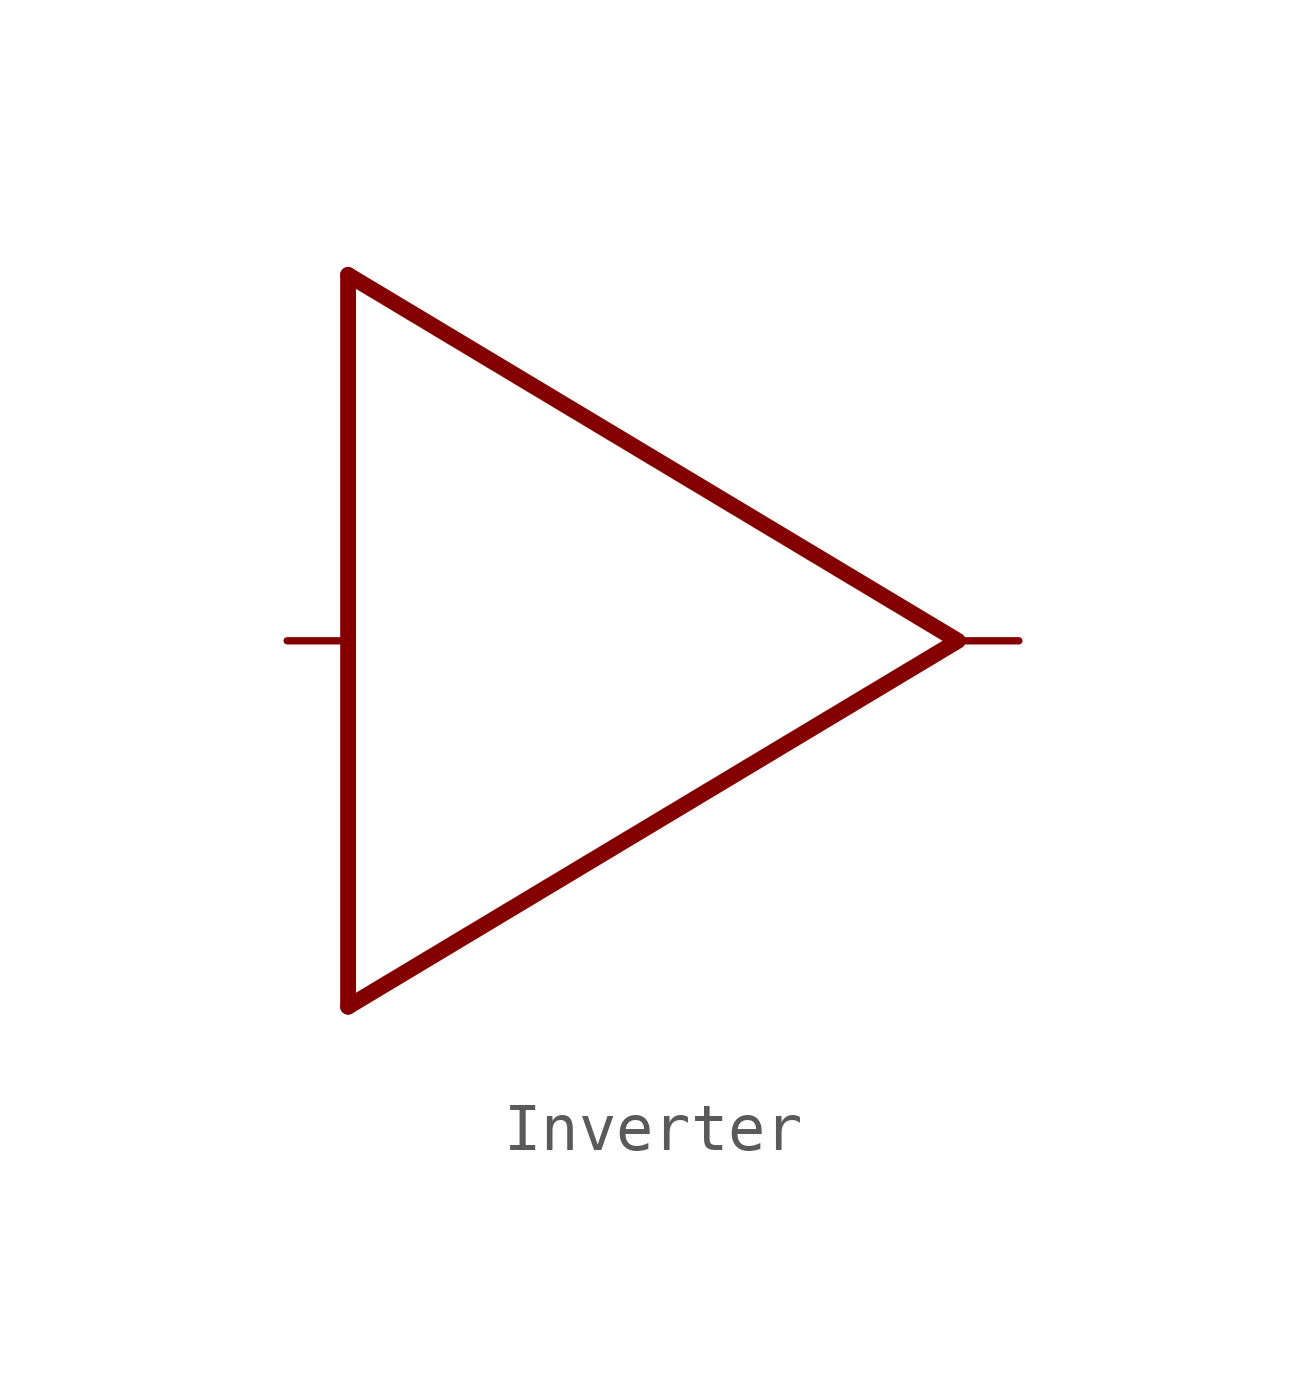
<source format=kicad_sym>
(kicad_symbol_lib
  (version 20211014)
  (generator kicad_symbol_editor)
  (symbol "Inverter"
    (property "Reference" "U"
      (at 6.35 10.16 0)
      (effects (font (size 1.27 1.27)) hide))
    (symbol "Inverter_0_1"
      (polyline (pts (xy -6.35 -7.62) (xy -6.35 7.62)) (stroke (width 0.33) (type default) (color 0 0 0 0)) (fill (type none)))
      (polyline (pts (xy -6.35 7.62) (xy 6.35 0) (xy -6.35 -7.62)) (stroke (width 0.33) (type default) (color 0 0 0 0)) (fill (type none))))
    (symbol "Inverter_1_1"
      (pin input line (at -7.62 0 0) (length 1.27) (name "" (effects (font (size 1.27 1.27)))) (number "" (effects (font (size 1.27 1.27)))))
      (pin output line (at 7.62 0 180) (length 1.27) (name "" (effects (font (size 1.27 1.27)))) (number "" (effects (font (size 1.27 1.27))))))))
</source>
